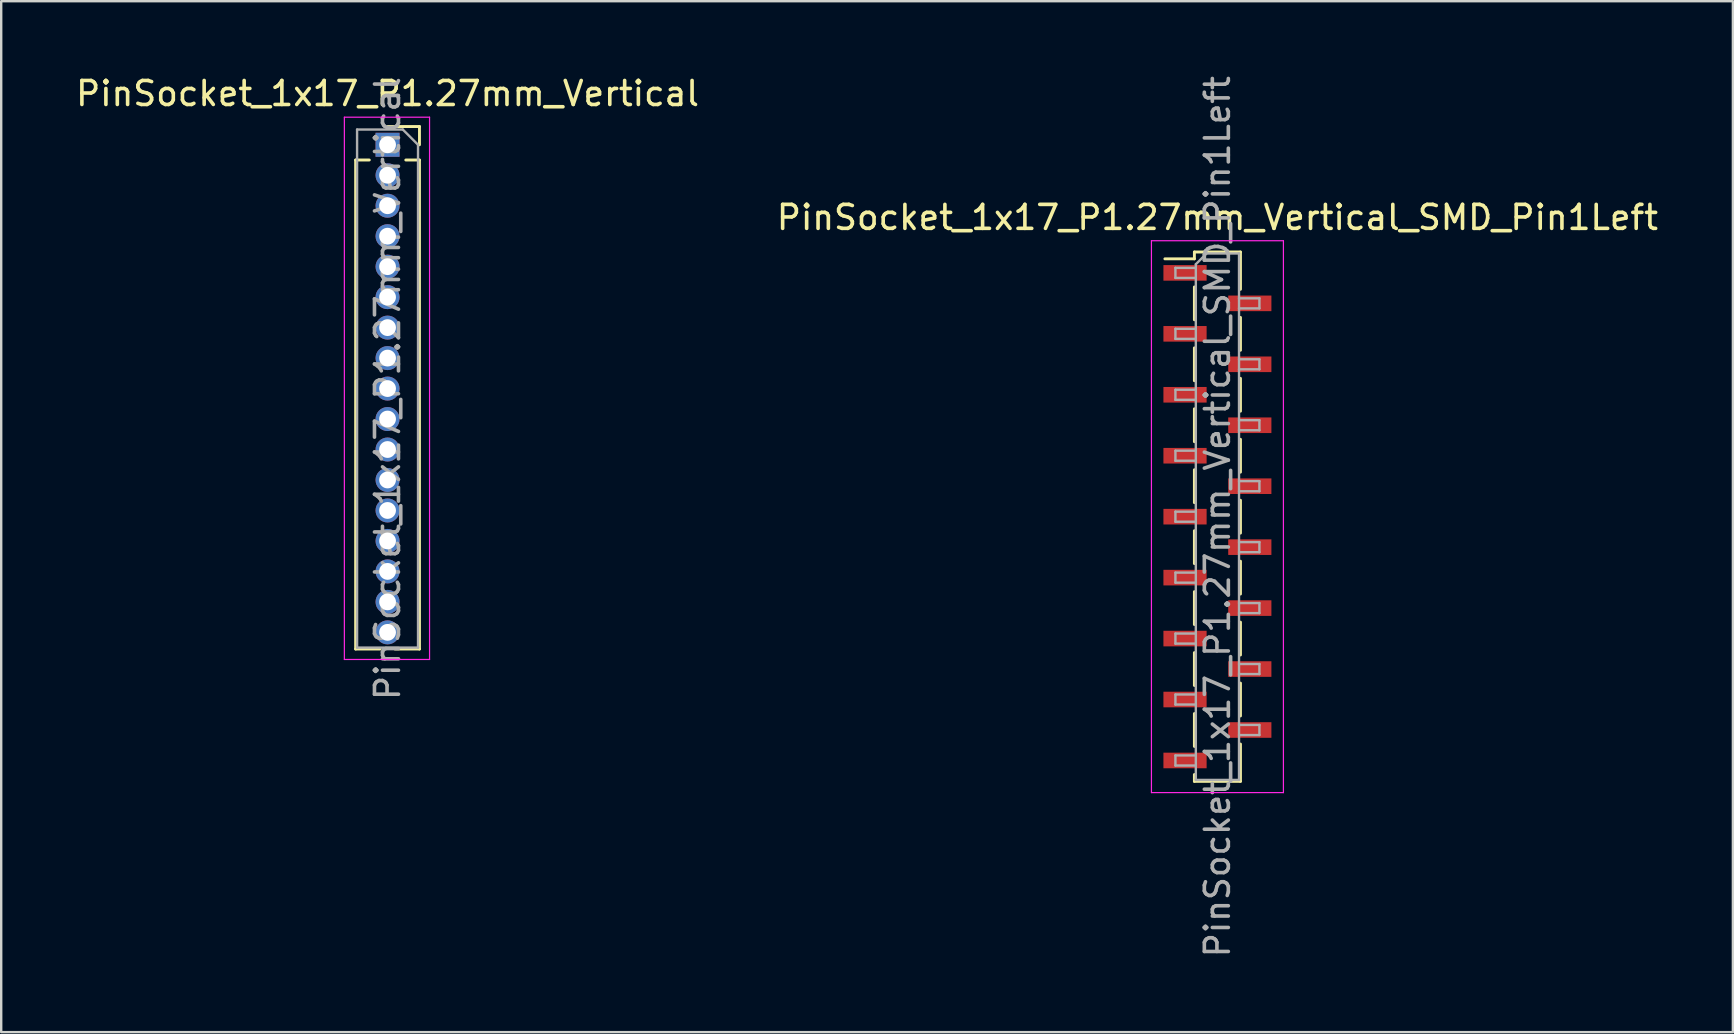
<source format=kicad_pcb>
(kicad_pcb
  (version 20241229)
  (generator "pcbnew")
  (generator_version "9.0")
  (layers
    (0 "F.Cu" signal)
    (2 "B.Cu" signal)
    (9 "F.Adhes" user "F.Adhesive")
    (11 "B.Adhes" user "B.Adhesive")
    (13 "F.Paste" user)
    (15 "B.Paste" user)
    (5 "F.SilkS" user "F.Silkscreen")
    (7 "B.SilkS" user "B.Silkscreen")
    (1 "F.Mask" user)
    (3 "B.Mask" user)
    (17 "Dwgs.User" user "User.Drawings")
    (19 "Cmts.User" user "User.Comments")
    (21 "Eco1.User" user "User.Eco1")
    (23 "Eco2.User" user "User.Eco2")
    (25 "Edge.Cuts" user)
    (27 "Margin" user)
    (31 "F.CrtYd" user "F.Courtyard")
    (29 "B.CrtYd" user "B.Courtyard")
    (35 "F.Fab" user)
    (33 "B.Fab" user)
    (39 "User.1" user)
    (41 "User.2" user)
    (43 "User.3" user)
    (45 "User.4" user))
  (footprint "PinSocket_1x17_P1.27mm_Vertical_SMD_Pin1Left"
    (layer "F.Cu")
    (at 47.685 18.482)
    (property "Reference" "PinSocket_1x17_P1.27mm_Vertical_SMD_Pin1Left" (at 0 -12.47 0) (layer "F.SilkS") (effects (font (size 1 1) (thickness 0.15))))
    (attr smd)
    (fp_line (start -2.19 -10.745) (end -0.96 -10.745) (stroke (width 0.12) (type solid)) (layer "F.SilkS"))
    (fp_line (start -0.96 -11.03) (end -0.96 -10.745) (stroke (width 0.12) (type solid)) (layer "F.SilkS"))
    (fp_line (start -0.96 -11.03) (end 0.96 -11.03) (stroke (width 0.12) (type solid)) (layer "F.SilkS"))
    (fp_line (start -0.96 -9.575) (end -0.96 -8.205) (stroke (width 0.12) (type solid)) (layer "F.SilkS"))
    (fp_line (start -0.96 -7.035) (end -0.96 -5.665) (stroke (width 0.12) (type solid)) (layer "F.SilkS"))
    (fp_line (start -0.96 -4.495) (end -0.96 -3.125) (stroke (width 0.12) (type solid)) (layer "F.SilkS"))
    (fp_line (start -0.96 -1.955) (end -0.96 -0.585) (stroke (width 0.12) (type solid)) (layer "F.SilkS"))
    (fp_line (start -0.96 0.585) (end -0.96 1.955) (stroke (width 0.12) (type solid)) (layer "F.SilkS"))
    (fp_line (start -0.96 3.125) (end -0.96 4.495) (stroke (width 0.12) (type solid)) (layer "F.SilkS"))
    (fp_line (start -0.96 5.665) (end -0.96 7.035) (stroke (width 0.12) (type solid)) (layer "F.SilkS"))
    (fp_line (start -0.96 8.205) (end -0.96 9.575) (stroke (width 0.12) (type solid)) (layer "F.SilkS"))
    (fp_line (start -0.96 10.745) (end -0.96 11.03) (stroke (width 0.12) (type solid)) (layer "F.SilkS"))
    (fp_line (start -0.96 11.03) (end 0.96 11.03) (stroke (width 0.12) (type solid)) (layer "F.SilkS"))
    (fp_line (start 0.96 -11.03) (end 0.96 -9.475) (stroke (width 0.12) (type solid)) (layer "F.SilkS"))
    (fp_line (start 0.96 -8.305) (end 0.96 -6.935) (stroke (width 0.12) (type solid)) (layer "F.SilkS"))
    (fp_line (start 0.96 -5.765) (end 0.96 -4.395) (stroke (width 0.12) (type solid)) (layer "F.SilkS"))
    (fp_line (start 0.96 -3.225) (end 0.96 -1.855) (stroke (width 0.12) (type solid)) (layer "F.SilkS"))
    (fp_line (start 0.96 -0.685) (end 0.96 0.685) (stroke (width 0.12) (type solid)) (layer "F.SilkS"))
    (fp_line (start 0.96 1.855) (end 0.96 3.225) (stroke (width 0.12) (type solid)) (layer "F.SilkS"))
    (fp_line (start 0.96 4.395) (end 0.96 5.765) (stroke (width 0.12) (type solid)) (layer "F.SilkS"))
    (fp_line (start 0.96 6.935) (end 0.96 8.305) (stroke (width 0.12) (type solid)) (layer "F.SilkS"))
    (fp_line (start 0.96 9.475) (end 0.96 11.03) (stroke (width 0.12) (type solid)) (layer "F.SilkS"))
    (fp_line (start -2.75 -11.5) (end 2.75 -11.5) (stroke (width 0.05) (type solid)) (layer "F.CrtYd"))
    (fp_line (start -2.75 11.5) (end -2.75 -11.5) (stroke (width 0.05) (type solid)) (layer "F.CrtYd"))
    (fp_line (start 2.75 -11.5) (end 2.75 11.5) (stroke (width 0.05) (type solid)) (layer "F.CrtYd"))
    (fp_line (start 2.75 11.5) (end -2.75 11.5) (stroke (width 0.05) (type solid)) (layer "F.CrtYd"))
    (fp_line (start -1.75 -10.37) (end -0.9 -10.37) (stroke (width 0.1) (type solid)) (layer "F.Fab"))
    (fp_line (start -1.75 -9.95) (end -1.75 -10.37) (stroke (width 0.1) (type solid)) (layer "F.Fab"))
    (fp_line (start -1.75 -7.83) (end -0.9 -7.83) (stroke (width 0.1) (type solid)) (layer "F.Fab"))
    (fp_line (start -1.75 -7.41) (end -1.75 -7.83) (stroke (width 0.1) (type solid)) (layer "F.Fab"))
    (fp_line (start -1.75 -5.29) (end -0.9 -5.29) (stroke (width 0.1) (type solid)) (layer "F.Fab"))
    (fp_line (start -1.75 -4.87) (end -1.75 -5.29) (stroke (width 0.1) (type solid)) (layer "F.Fab"))
    (fp_line (start -1.75 -2.75) (end -0.9 -2.75) (stroke (width 0.1) (type solid)) (layer "F.Fab"))
    (fp_line (start -1.75 -2.33) (end -1.75 -2.75) (stroke (width 0.1) (type solid)) (layer "F.Fab"))
    (fp_line (start -1.75 -0.21) (end -0.9 -0.21) (stroke (width 0.1) (type solid)) (layer "F.Fab"))
    (fp_line (start -1.75 0.21) (end -1.75 -0.21) (stroke (width 0.1) (type solid)) (layer "F.Fab"))
    (fp_line (start -1.75 2.33) (end -0.9 2.33) (stroke (width 0.1) (type solid)) (layer "F.Fab"))
    (fp_line (start -1.75 2.75) (end -1.75 2.33) (stroke (width 0.1) (type solid)) (layer "F.Fab"))
    (fp_line (start -1.75 4.87) (end -0.9 4.87) (stroke (width 0.1) (type solid)) (layer "F.Fab"))
    (fp_line (start -1.75 5.29) (end -1.75 4.87) (stroke (width 0.1) (type solid)) (layer "F.Fab"))
    (fp_line (start -1.75 7.41) (end -0.9 7.41) (stroke (width 0.1) (type solid)) (layer "F.Fab"))
    (fp_line (start -1.75 7.83) (end -1.75 7.41) (stroke (width 0.1) (type solid)) (layer "F.Fab"))
    (fp_line (start -1.75 9.95) (end -0.9 9.95) (stroke (width 0.1) (type solid)) (layer "F.Fab"))
    (fp_line (start -1.75 10.37) (end -1.75 9.95) (stroke (width 0.1) (type solid)) (layer "F.Fab"))
    (fp_line (start -0.9 -10.52) (end -0.45 -10.97) (stroke (width 0.1) (type solid)) (layer "F.Fab"))
    (fp_line (start -0.9 -9.95) (end -1.75 -9.95) (stroke (width 0.1) (type solid)) (layer "F.Fab"))
    (fp_line (start -0.9 -7.41) (end -1.75 -7.41) (stroke (width 0.1) (type solid)) (layer "F.Fab"))
    (fp_line (start -0.9 -4.87) (end -1.75 -4.87) (stroke (width 0.1) (type solid)) (layer "F.Fab"))
    (fp_line (start -0.9 -2.33) (end -1.75 -2.33) (stroke (width 0.1) (type solid)) (layer "F.Fab"))
    (fp_line (start -0.9 0.21) (end -1.75 0.21) (stroke (width 0.1) (type solid)) (layer "F.Fab"))
    (fp_line (start -0.9 2.75) (end -1.75 2.75) (stroke (width 0.1) (type solid)) (layer "F.Fab"))
    (fp_line (start -0.9 5.29) (end -1.75 5.29) (stroke (width 0.1) (type solid)) (layer "F.Fab"))
    (fp_line (start -0.9 7.83) (end -1.75 7.83) (stroke (width 0.1) (type solid)) (layer "F.Fab"))
    (fp_line (start -0.9 10.37) (end -1.75 10.37) (stroke (width 0.1) (type solid)) (layer "F.Fab"))
    (fp_line (start -0.9 10.97) (end -0.9 -10.52) (stroke (width 0.1) (type solid)) (layer "F.Fab"))
    (fp_line (start -0.45 -10.97) (end 0.9 -10.97) (stroke (width 0.1) (type solid)) (layer "F.Fab"))
    (fp_line (start 0.9 -10.97) (end 0.9 10.97) (stroke (width 0.1) (type solid)) (layer "F.Fab"))
    (fp_line (start 0.9 -9.1) (end 1.75 -9.1) (stroke (width 0.1) (type solid)) (layer "F.Fab"))
    (fp_line (start 0.9 -6.56) (end 1.75 -6.56) (stroke (width 0.1) (type solid)) (layer "F.Fab"))
    (fp_line (start 0.9 -4.02) (end 1.75 -4.02) (stroke (width 0.1) (type solid)) (layer "F.Fab"))
    (fp_line (start 0.9 -1.48) (end 1.75 -1.48) (stroke (width 0.1) (type solid)) (layer "F.Fab"))
    (fp_line (start 0.9 1.06) (end 1.75 1.06) (stroke (width 0.1) (type solid)) (layer "F.Fab"))
    (fp_line (start 0.9 3.6) (end 1.75 3.6) (stroke (width 0.1) (type solid)) (layer "F.Fab"))
    (fp_line (start 0.9 6.14) (end 1.75 6.14) (stroke (width 0.1) (type solid)) (layer "F.Fab"))
    (fp_line (start 0.9 8.68) (end 1.75 8.68) (stroke (width 0.1) (type solid)) (layer "F.Fab"))
    (fp_line (start 0.9 10.97) (end -0.9 10.97) (stroke (width 0.1) (type solid)) (layer "F.Fab"))
    (fp_line (start 1.75 -9.1) (end 1.75 -8.68) (stroke (width 0.1) (type solid)) (layer "F.Fab"))
    (fp_line (start 1.75 -8.68) (end 0.9 -8.68) (stroke (width 0.1) (type solid)) (layer "F.Fab"))
    (fp_line (start 1.75 -6.56) (end 1.75 -6.14) (stroke (width 0.1) (type solid)) (layer "F.Fab"))
    (fp_line (start 1.75 -6.14) (end 0.9 -6.14) (stroke (width 0.1) (type solid)) (layer "F.Fab"))
    (fp_line (start 1.75 -4.02) (end 1.75 -3.6) (stroke (width 0.1) (type solid)) (layer "F.Fab"))
    (fp_line (start 1.75 -3.6) (end 0.9 -3.6) (stroke (width 0.1) (type solid)) (layer "F.Fab"))
    (fp_line (start 1.75 -1.48) (end 1.75 -1.06) (stroke (width 0.1) (type solid)) (layer "F.Fab"))
    (fp_line (start 1.75 -1.06) (end 0.9 -1.06) (stroke (width 0.1) (type solid)) (layer "F.Fab"))
    (fp_line (start 1.75 1.06) (end 1.75 1.48) (stroke (width 0.1) (type solid)) (layer "F.Fab"))
    (fp_line (start 1.75 1.48) (end 0.9 1.48) (stroke (width 0.1) (type solid)) (layer "F.Fab"))
    (fp_line (start 1.75 3.6) (end 1.75 4.02) (stroke (width 0.1) (type solid)) (layer "F.Fab"))
    (fp_line (start 1.75 4.02) (end 0.9 4.02) (stroke (width 0.1) (type solid)) (layer "F.Fab"))
    (fp_line (start 1.75 6.14) (end 1.75 6.56) (stroke (width 0.1) (type solid)) (layer "F.Fab"))
    (fp_line (start 1.75 6.56) (end 0.9 6.56) (stroke (width 0.1) (type solid)) (layer "F.Fab"))
    (fp_line (start 1.75 8.68) (end 1.75 9.1) (stroke (width 0.1) (type solid)) (layer "F.Fab"))
    (fp_line (start 1.75 9.1) (end 0.9 9.1) (stroke (width 0.1) (type solid)) (layer "F.Fab"))
    (fp_text user "${REFERENCE}" (at 0 0 90) (layer "F.Fab") (effects (font (size 1 1) (thickness 0.15))))
    (pad "1" smd rect (at -1.35 -10.16) (size 1.8 0.65) (layers "F.Cu" "F.Mask" "F.Paste"))
    (pad "2" smd rect (at 1.35 -8.89) (size 1.8 0.65) (layers "F.Cu" "F.Mask" "F.Paste"))
    (pad "3" smd rect (at -1.35 -7.62) (size 1.8 0.65) (layers "F.Cu" "F.Mask" "F.Paste"))
    (pad "4" smd rect (at 1.35 -6.35) (size 1.8 0.65) (layers "F.Cu" "F.Mask" "F.Paste"))
    (pad "5" smd rect (at -1.35 -5.08) (size 1.8 0.65) (layers "F.Cu" "F.Mask" "F.Paste"))
    (pad "6" smd rect (at 1.35 -3.81) (size 1.8 0.65) (layers "F.Cu" "F.Mask" "F.Paste"))
    (pad "7" smd rect (at -1.35 -2.54) (size 1.8 0.65) (layers "F.Cu" "F.Mask" "F.Paste"))
    (pad "8" smd rect (at 1.35 -1.27) (size 1.8 0.65) (layers "F.Cu" "F.Mask" "F.Paste"))
    (pad "9" smd rect (at -1.35 0) (size 1.8 0.65) (layers "F.Cu" "F.Mask" "F.Paste"))
    (pad "10" smd rect (at 1.35 1.27) (size 1.8 0.65) (layers "F.Cu" "F.Mask" "F.Paste"))
    (pad "11" smd rect (at -1.35 2.54) (size 1.8 0.65) (layers "F.Cu" "F.Mask" "F.Paste"))
    (pad "12" smd rect (at 1.35 3.81) (size 1.8 0.65) (layers "F.Cu" "F.Mask" "F.Paste"))
    (pad "13" smd rect (at -1.35 5.08) (size 1.8 0.65) (layers "F.Cu" "F.Mask" "F.Paste"))
    (pad "14" smd rect (at 1.35 6.35) (size 1.8 0.65) (layers "F.Cu" "F.Mask" "F.Paste"))
    (pad "15" smd rect (at -1.35 7.62) (size 1.8 0.65) (layers "F.Cu" "F.Mask" "F.Paste"))
    (pad "16" smd rect (at 1.35 8.89) (size 1.8 0.65) (layers "F.Cu" "F.Mask" "F.Paste"))
    (pad "17" smd rect (at -1.35 10.16) (size 1.8 0.65) (layers "F.Cu" "F.Mask" "F.Paste")))
  (footprint "PinSocket_1x17_P1.27mm_Vertical"
    (layer "F.Cu")
    (at 13.101 2.983)
    (property "Reference" "PinSocket_1x17_P1.27mm_Vertical" (at 0 -2.135 0) (layer "F.SilkS") (effects (font (size 1 1) (thickness 0.15))))
    (attr through_hole)
    (fp_line (start -1.33 0.635) (end -1.33 21.015) (stroke (width 0.12) (type solid)) (layer "F.SilkS"))
    (fp_line (start -1.33 0.635) (end -0.76 0.635) (stroke (width 0.12) (type solid)) (layer "F.SilkS"))
    (fp_line (start -1.33 21.015) (end -0.308 21.015) (stroke (width 0.12) (type solid)) (layer "F.SilkS"))
    (fp_line (start 0 -0.76) (end 1.33 -0.76) (stroke (width 0.12) (type solid)) (layer "F.SilkS"))
    (fp_line (start 0.308 21.015) (end 1.33 21.015) (stroke (width 0.12) (type solid)) (layer "F.SilkS"))
    (fp_line (start 0.76 0.635) (end 1.33 0.635) (stroke (width 0.12) (type solid)) (layer "F.SilkS"))
    (fp_line (start 1.33 -0.76) (end 1.33 0) (stroke (width 0.12) (type solid)) (layer "F.SilkS"))
    (fp_line (start 1.33 0.635) (end 1.33 21.015) (stroke (width 0.12) (type solid)) (layer "F.SilkS"))
    (fp_line (start -1.8 -1.15) (end 1.75 -1.15) (stroke (width 0.05) (type solid)) (layer "F.CrtYd"))
    (fp_line (start -1.8 21.45) (end -1.8 -1.15) (stroke (width 0.05) (type solid)) (layer "F.CrtYd"))
    (fp_line (start 1.75 -1.15) (end 1.75 21.45) (stroke (width 0.05) (type solid)) (layer "F.CrtYd"))
    (fp_line (start 1.75 21.45) (end -1.8 21.45) (stroke (width 0.05) (type solid)) (layer "F.CrtYd"))
    (fp_line (start -1.27 -0.635) (end 0.635 -0.635) (stroke (width 0.1) (type solid)) (layer "F.Fab"))
    (fp_line (start -1.27 20.955) (end -1.27 -0.635) (stroke (width 0.1) (type solid)) (layer "F.Fab"))
    (fp_line (start 0.635 -0.635) (end 1.27 0) (stroke (width 0.1) (type solid)) (layer "F.Fab"))
    (fp_line (start 1.27 0) (end 1.27 20.955) (stroke (width 0.1) (type solid)) (layer "F.Fab"))
    (fp_line (start 1.27 20.955) (end -1.27 20.955) (stroke (width 0.1) (type solid)) (layer "F.Fab"))
    (fp_text user "${REFERENCE}" (at 0 10.16 90) (layer "F.Fab") (effects (font (size 1 1) (thickness 0.15))))
    (pad "1" thru_hole rect (at 0 0) (size 1 1) (drill 0.7) (layers "*.Cu" "*.Mask"))
    (pad "2" thru_hole oval (at 0 1.27) (size 1 1) (drill 0.7) (layers "*.Cu" "*.Mask"))
    (pad "3" thru_hole oval (at 0 2.54) (size 1 1) (drill 0.7) (layers "*.Cu" "*.Mask"))
    (pad "4" thru_hole oval (at 0 3.81) (size 1 1) (drill 0.7) (layers "*.Cu" "*.Mask"))
    (pad "5" thru_hole oval (at 0 5.08) (size 1 1) (drill 0.7) (layers "*.Cu" "*.Mask"))
    (pad "6" thru_hole oval (at 0 6.35) (size 1 1) (drill 0.7) (layers "*.Cu" "*.Mask"))
    (pad "7" thru_hole oval (at 0 7.62) (size 1 1) (drill 0.7) (layers "*.Cu" "*.Mask"))
    (pad "8" thru_hole oval (at 0 8.89) (size 1 1) (drill 0.7) (layers "*.Cu" "*.Mask"))
    (pad "9" thru_hole oval (at 0 10.16) (size 1 1) (drill 0.7) (layers "*.Cu" "*.Mask"))
    (pad "10" thru_hole oval (at 0 11.43) (size 1 1) (drill 0.7) (layers "*.Cu" "*.Mask"))
    (pad "11" thru_hole oval (at 0 12.7) (size 1 1) (drill 0.7) (layers "*.Cu" "*.Mask"))
    (pad "12" thru_hole oval (at 0 13.97) (size 1 1) (drill 0.7) (layers "*.Cu" "*.Mask"))
    (pad "13" thru_hole oval (at 0 15.24) (size 1 1) (drill 0.7) (layers "*.Cu" "*.Mask"))
    (pad "14" thru_hole oval (at 0 16.51) (size 1 1) (drill 0.7) (layers "*.Cu" "*.Mask"))
    (pad "15" thru_hole oval (at 0 17.78) (size 1 1) (drill 0.7) (layers "*.Cu" "*.Mask"))
    (pad "16" thru_hole oval (at 0 19.05) (size 1 1) (drill 0.7) (layers "*.Cu" "*.Mask"))
    (pad "17" thru_hole oval (at 0 20.32) (size 1 1) (drill 0.7) (layers "*.Cu" "*.Mask")))
  (gr_rect
    (start -3 -3)
    (end 69.167 39.964)
    (stroke (width 0.1) (type default))
    (fill no)
    (layer "Edge.Cuts")))
</source>
